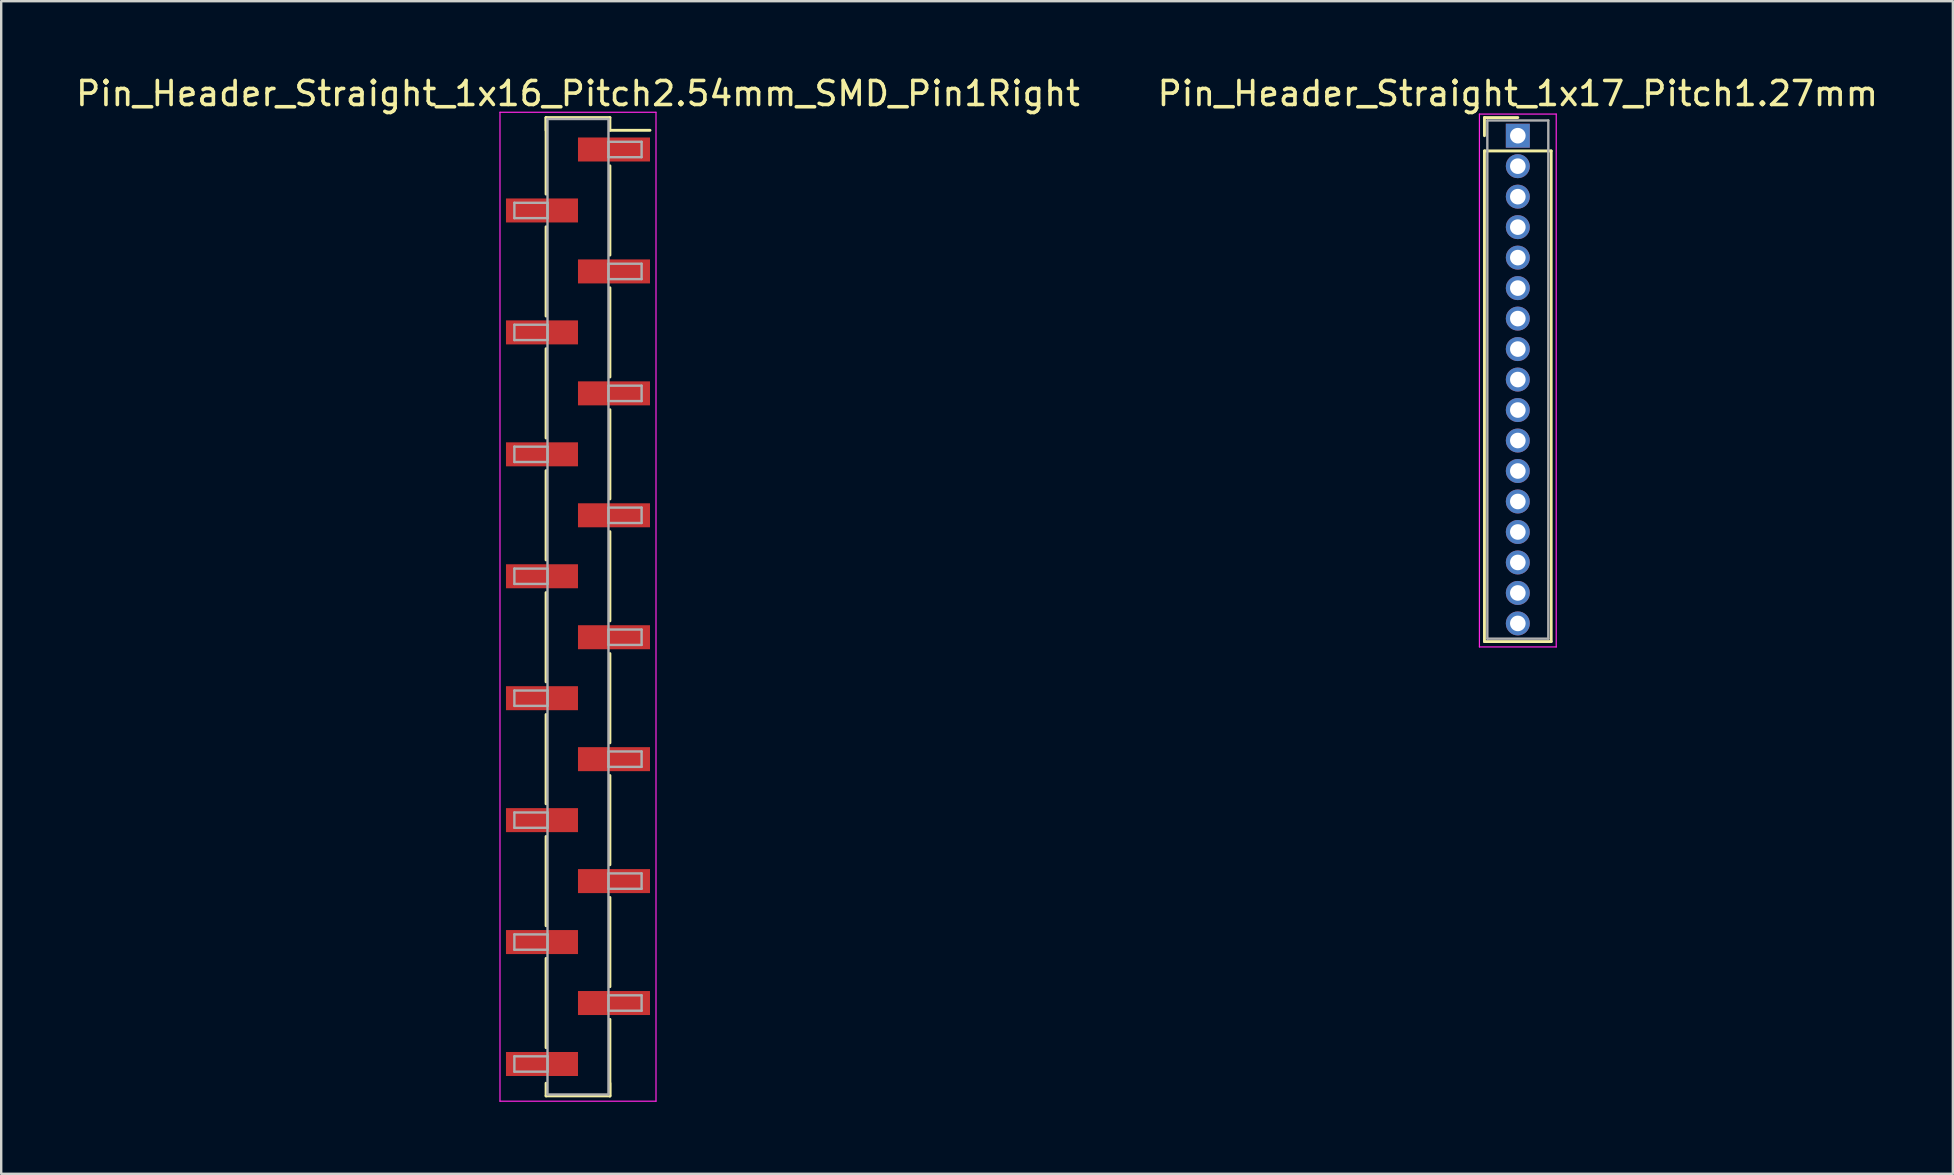
<source format=kicad_pcb>
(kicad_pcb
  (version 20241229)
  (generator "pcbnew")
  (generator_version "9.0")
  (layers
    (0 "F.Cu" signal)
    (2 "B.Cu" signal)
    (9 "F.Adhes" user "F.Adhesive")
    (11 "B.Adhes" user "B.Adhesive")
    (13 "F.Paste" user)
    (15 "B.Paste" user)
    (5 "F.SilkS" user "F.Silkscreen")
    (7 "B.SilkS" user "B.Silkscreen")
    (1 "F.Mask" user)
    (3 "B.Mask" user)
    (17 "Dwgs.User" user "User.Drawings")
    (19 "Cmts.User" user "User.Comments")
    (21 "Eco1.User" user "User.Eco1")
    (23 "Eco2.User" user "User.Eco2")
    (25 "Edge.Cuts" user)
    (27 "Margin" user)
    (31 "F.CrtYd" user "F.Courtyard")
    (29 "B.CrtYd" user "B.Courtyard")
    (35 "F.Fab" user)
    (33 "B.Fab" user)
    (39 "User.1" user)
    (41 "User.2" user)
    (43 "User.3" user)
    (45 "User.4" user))
  (footprint "Pin_Header_Straight_1x16_Pitch2.54mm_SMD_Pin1Right"
    (layer "F.Cu")
    (at 21.03 22.228)
    (property "Reference" "Pin_Header_Straight_1x16_Pitch2.54mm_SMD_Pin1Right" (at 0 -21.38 0) (layer "F.SilkS") (effects (font (size 1 1) (thickness 0.15))))
    (attr smd)
    (fp_line (start -1.33 -20.38) (end -1.33 -17.19) (stroke (width 0.12) (type solid)) (layer "F.SilkS"))
    (fp_line (start -1.33 -20.38) (end 1.33 -20.38) (stroke (width 0.12) (type solid)) (layer "F.SilkS"))
    (fp_line (start -1.33 -19.85) (end -1.33 -20.38) (stroke (width 0.12) (type solid)) (layer "F.SilkS"))
    (fp_line (start -1.33 -15.83) (end -1.33 -12.11) (stroke (width 0.12) (type solid)) (layer "F.SilkS"))
    (fp_line (start -1.33 -10.75) (end -1.33 -7.03) (stroke (width 0.12) (type solid)) (layer "F.SilkS"))
    (fp_line (start -1.33 -5.67) (end -1.33 -1.95) (stroke (width 0.12) (type solid)) (layer "F.SilkS"))
    (fp_line (start -1.33 -0.59) (end -1.33 3.13) (stroke (width 0.12) (type solid)) (layer "F.SilkS"))
    (fp_line (start -1.33 4.49) (end -1.33 8.21) (stroke (width 0.12) (type solid)) (layer "F.SilkS"))
    (fp_line (start -1.33 9.57) (end -1.33 13.29) (stroke (width 0.12) (type solid)) (layer "F.SilkS"))
    (fp_line (start -1.33 14.65) (end -1.33 18.37) (stroke (width 0.12) (type solid)) (layer "F.SilkS"))
    (fp_line (start -1.33 19.85) (end -1.33 20.38) (stroke (width 0.12) (type solid)) (layer "F.SilkS"))
    (fp_line (start -1.33 20.38) (end 1.33 20.38) (stroke (width 0.12) (type solid)) (layer "F.SilkS"))
    (fp_line (start 1.33 -20.38) (end 1.33 -19.85) (stroke (width 0.12) (type solid)) (layer "F.SilkS"))
    (fp_line (start 1.33 -19.85) (end 3 -19.85) (stroke (width 0.12) (type solid)) (layer "F.SilkS"))
    (fp_line (start 1.33 -18.37) (end 1.33 -14.65) (stroke (width 0.12) (type solid)) (layer "F.SilkS"))
    (fp_line (start 1.33 -13.29) (end 1.33 -9.57) (stroke (width 0.12) (type solid)) (layer "F.SilkS"))
    (fp_line (start 1.33 -8.21) (end 1.33 -4.49) (stroke (width 0.12) (type solid)) (layer "F.SilkS"))
    (fp_line (start 1.33 -3.13) (end 1.33 0.59) (stroke (width 0.12) (type solid)) (layer "F.SilkS"))
    (fp_line (start 1.33 1.95) (end 1.33 5.67) (stroke (width 0.12) (type solid)) (layer "F.SilkS"))
    (fp_line (start 1.33 7.03) (end 1.33 10.75) (stroke (width 0.12) (type solid)) (layer "F.SilkS"))
    (fp_line (start 1.33 12.11) (end 1.33 15.83) (stroke (width 0.12) (type solid)) (layer "F.SilkS"))
    (fp_line (start 1.33 17.19) (end 1.33 20.38) (stroke (width 0.12) (type solid)) (layer "F.SilkS"))
    (fp_line (start 1.33 20.38) (end 1.33 19.85) (stroke (width 0.12) (type solid)) (layer "F.SilkS"))
    (fp_line (start -3.25 -20.6) (end -3.25 20.6) (stroke (width 0.05) (type solid)) (layer "F.CrtYd"))
    (fp_line (start -3.25 20.6) (end 3.25 20.6) (stroke (width 0.05) (type solid)) (layer "F.CrtYd"))
    (fp_line (start 3.25 -20.6) (end -3.25 -20.6) (stroke (width 0.05) (type solid)) (layer "F.CrtYd"))
    (fp_line (start 3.25 20.6) (end 3.25 -20.6) (stroke (width 0.05) (type solid)) (layer "F.CrtYd"))
    (fp_line (start -2.65 -16.83) (end -1.27 -16.83) (stroke (width 0.1) (type solid)) (layer "F.Fab"))
    (fp_line (start -2.65 -16.19) (end -2.65 -16.83) (stroke (width 0.1) (type solid)) (layer "F.Fab"))
    (fp_line (start -2.65 -11.75) (end -1.27 -11.75) (stroke (width 0.1) (type solid)) (layer "F.Fab"))
    (fp_line (start -2.65 -11.11) (end -2.65 -11.75) (stroke (width 0.1) (type solid)) (layer "F.Fab"))
    (fp_line (start -2.65 -6.67) (end -1.27 -6.67) (stroke (width 0.1) (type solid)) (layer "F.Fab"))
    (fp_line (start -2.65 -6.03) (end -2.65 -6.67) (stroke (width 0.1) (type solid)) (layer "F.Fab"))
    (fp_line (start -2.65 -1.59) (end -1.27 -1.59) (stroke (width 0.1) (type solid)) (layer "F.Fab"))
    (fp_line (start -2.65 -0.95) (end -2.65 -1.59) (stroke (width 0.1) (type solid)) (layer "F.Fab"))
    (fp_line (start -2.65 3.49) (end -1.27 3.49) (stroke (width 0.1) (type solid)) (layer "F.Fab"))
    (fp_line (start -2.65 4.13) (end -2.65 3.49) (stroke (width 0.1) (type solid)) (layer "F.Fab"))
    (fp_line (start -2.65 8.57) (end -1.27 8.57) (stroke (width 0.1) (type solid)) (layer "F.Fab"))
    (fp_line (start -2.65 9.21) (end -2.65 8.57) (stroke (width 0.1) (type solid)) (layer "F.Fab"))
    (fp_line (start -2.65 13.65) (end -1.27 13.65) (stroke (width 0.1) (type solid)) (layer "F.Fab"))
    (fp_line (start -2.65 14.29) (end -2.65 13.65) (stroke (width 0.1) (type solid)) (layer "F.Fab"))
    (fp_line (start -2.65 18.73) (end -1.27 18.73) (stroke (width 0.1) (type solid)) (layer "F.Fab"))
    (fp_line (start -2.65 19.37) (end -2.65 18.73) (stroke (width 0.1) (type solid)) (layer "F.Fab"))
    (fp_line (start -1.27 -20.32) (end -1.27 20.32) (stroke (width 0.1) (type solid)) (layer "F.Fab"))
    (fp_line (start -1.27 -16.83) (end -1.27 -16.19) (stroke (width 0.1) (type solid)) (layer "F.Fab"))
    (fp_line (start -1.27 -16.19) (end -2.65 -16.19) (stroke (width 0.1) (type solid)) (layer "F.Fab"))
    (fp_line (start -1.27 -11.75) (end -1.27 -11.11) (stroke (width 0.1) (type solid)) (layer "F.Fab"))
    (fp_line (start -1.27 -11.11) (end -2.65 -11.11) (stroke (width 0.1) (type solid)) (layer "F.Fab"))
    (fp_line (start -1.27 -6.67) (end -1.27 -6.03) (stroke (width 0.1) (type solid)) (layer "F.Fab"))
    (fp_line (start -1.27 -6.03) (end -2.65 -6.03) (stroke (width 0.1) (type solid)) (layer "F.Fab"))
    (fp_line (start -1.27 -1.59) (end -1.27 -0.95) (stroke (width 0.1) (type solid)) (layer "F.Fab"))
    (fp_line (start -1.27 -0.95) (end -2.65 -0.95) (stroke (width 0.1) (type solid)) (layer "F.Fab"))
    (fp_line (start -1.27 3.49) (end -1.27 4.13) (stroke (width 0.1) (type solid)) (layer "F.Fab"))
    (fp_line (start -1.27 4.13) (end -2.65 4.13) (stroke (width 0.1) (type solid)) (layer "F.Fab"))
    (fp_line (start -1.27 8.57) (end -1.27 9.21) (stroke (width 0.1) (type solid)) (layer "F.Fab"))
    (fp_line (start -1.27 9.21) (end -2.65 9.21) (stroke (width 0.1) (type solid)) (layer "F.Fab"))
    (fp_line (start -1.27 13.65) (end -1.27 14.29) (stroke (width 0.1) (type solid)) (layer "F.Fab"))
    (fp_line (start -1.27 14.29) (end -2.65 14.29) (stroke (width 0.1) (type solid)) (layer "F.Fab"))
    (fp_line (start -1.27 18.73) (end -1.27 19.37) (stroke (width 0.1) (type solid)) (layer "F.Fab"))
    (fp_line (start -1.27 19.37) (end -2.65 19.37) (stroke (width 0.1) (type solid)) (layer "F.Fab"))
    (fp_line (start -1.27 20.32) (end 1.27 20.32) (stroke (width 0.1) (type solid)) (layer "F.Fab"))
    (fp_line (start 1.27 -20.32) (end -1.27 -20.32) (stroke (width 0.1) (type solid)) (layer "F.Fab"))
    (fp_line (start 1.27 -19.37) (end 1.27 -18.73) (stroke (width 0.1) (type solid)) (layer "F.Fab"))
    (fp_line (start 1.27 -18.73) (end 2.65 -18.73) (stroke (width 0.1) (type solid)) (layer "F.Fab"))
    (fp_line (start 1.27 -14.29) (end 1.27 -13.65) (stroke (width 0.1) (type solid)) (layer "F.Fab"))
    (fp_line (start 1.27 -13.65) (end 2.65 -13.65) (stroke (width 0.1) (type solid)) (layer "F.Fab"))
    (fp_line (start 1.27 -9.21) (end 1.27 -8.57) (stroke (width 0.1) (type solid)) (layer "F.Fab"))
    (fp_line (start 1.27 -8.57) (end 2.65 -8.57) (stroke (width 0.1) (type solid)) (layer "F.Fab"))
    (fp_line (start 1.27 -4.13) (end 1.27 -3.49) (stroke (width 0.1) (type solid)) (layer "F.Fab"))
    (fp_line (start 1.27 -3.49) (end 2.65 -3.49) (stroke (width 0.1) (type solid)) (layer "F.Fab"))
    (fp_line (start 1.27 0.95) (end 1.27 1.59) (stroke (width 0.1) (type solid)) (layer "F.Fab"))
    (fp_line (start 1.27 1.59) (end 2.65 1.59) (stroke (width 0.1) (type solid)) (layer "F.Fab"))
    (fp_line (start 1.27 6.03) (end 1.27 6.67) (stroke (width 0.1) (type solid)) (layer "F.Fab"))
    (fp_line (start 1.27 6.67) (end 2.65 6.67) (stroke (width 0.1) (type solid)) (layer "F.Fab"))
    (fp_line (start 1.27 11.11) (end 1.27 11.75) (stroke (width 0.1) (type solid)) (layer "F.Fab"))
    (fp_line (start 1.27 11.75) (end 2.65 11.75) (stroke (width 0.1) (type solid)) (layer "F.Fab"))
    (fp_line (start 1.27 16.19) (end 1.27 16.83) (stroke (width 0.1) (type solid)) (layer "F.Fab"))
    (fp_line (start 1.27 16.83) (end 2.65 16.83) (stroke (width 0.1) (type solid)) (layer "F.Fab"))
    (fp_line (start 1.27 20.32) (end 1.27 -20.32) (stroke (width 0.1) (type solid)) (layer "F.Fab"))
    (fp_line (start 2.65 -19.37) (end 1.27 -19.37) (stroke (width 0.1) (type solid)) (layer "F.Fab"))
    (fp_line (start 2.65 -18.73) (end 2.65 -19.37) (stroke (width 0.1) (type solid)) (layer "F.Fab"))
    (fp_line (start 2.65 -14.29) (end 1.27 -14.29) (stroke (width 0.1) (type solid)) (layer "F.Fab"))
    (fp_line (start 2.65 -13.65) (end 2.65 -14.29) (stroke (width 0.1) (type solid)) (layer "F.Fab"))
    (fp_line (start 2.65 -9.21) (end 1.27 -9.21) (stroke (width 0.1) (type solid)) (layer "F.Fab"))
    (fp_line (start 2.65 -8.57) (end 2.65 -9.21) (stroke (width 0.1) (type solid)) (layer "F.Fab"))
    (fp_line (start 2.65 -4.13) (end 1.27 -4.13) (stroke (width 0.1) (type solid)) (layer "F.Fab"))
    (fp_line (start 2.65 -3.49) (end 2.65 -4.13) (stroke (width 0.1) (type solid)) (layer "F.Fab"))
    (fp_line (start 2.65 0.95) (end 1.27 0.95) (stroke (width 0.1) (type solid)) (layer "F.Fab"))
    (fp_line (start 2.65 1.59) (end 2.65 0.95) (stroke (width 0.1) (type solid)) (layer "F.Fab"))
    (fp_line (start 2.65 6.03) (end 1.27 6.03) (stroke (width 0.1) (type solid)) (layer "F.Fab"))
    (fp_line (start 2.65 6.67) (end 2.65 6.03) (stroke (width 0.1) (type solid)) (layer "F.Fab"))
    (fp_line (start 2.65 11.11) (end 1.27 11.11) (stroke (width 0.1) (type solid)) (layer "F.Fab"))
    (fp_line (start 2.65 11.75) (end 2.65 11.11) (stroke (width 0.1) (type solid)) (layer "F.Fab"))
    (fp_line (start 2.65 16.19) (end 1.27 16.19) (stroke (width 0.1) (type solid)) (layer "F.Fab"))
    (fp_line (start 2.65 16.83) (end 2.65 16.19) (stroke (width 0.1) (type solid)) (layer "F.Fab"))
    (pad "1" smd rect (at 1.5 -19.05) (size 3 1) (layers "F.Cu" "F.Mask"))
    (pad "2" smd rect (at -1.5 -16.51) (size 3 1) (layers "F.Cu" "F.Mask"))
    (pad "3" smd rect (at 1.5 -13.97) (size 3 1) (layers "F.Cu" "F.Mask"))
    (pad "4" smd rect (at -1.5 -11.43) (size 3 1) (layers "F.Cu" "F.Mask"))
    (pad "5" smd rect (at 1.5 -8.89) (size 3 1) (layers "F.Cu" "F.Mask"))
    (pad "6" smd rect (at -1.5 -6.35) (size 3 1) (layers "F.Cu" "F.Mask"))
    (pad "7" smd rect (at 1.5 -3.81) (size 3 1) (layers "F.Cu" "F.Mask"))
    (pad "8" smd rect (at -1.5 -1.27) (size 3 1) (layers "F.Cu" "F.Mask"))
    (pad "9" smd rect (at 1.5 1.27) (size 3 1) (layers "F.Cu" "F.Mask"))
    (pad "10" smd rect (at -1.5 3.81) (size 3 1) (layers "F.Cu" "F.Mask"))
    (pad "11" smd rect (at 1.5 6.35) (size 3 1) (layers "F.Cu" "F.Mask"))
    (pad "12" smd rect (at -1.5 8.89) (size 3 1) (layers "F.Cu" "F.Mask"))
    (pad "13" smd rect (at 1.5 11.43) (size 3 1) (layers "F.Cu" "F.Mask"))
    (pad "14" smd rect (at -1.5 13.97) (size 3 1) (layers "F.Cu" "F.Mask"))
    (pad "15" smd rect (at 1.5 16.51) (size 3 1) (layers "F.Cu" "F.Mask"))
    (pad "16" smd rect (at -1.5 19.05) (size 3 1) (layers "F.Cu" "F.Mask")))
  (footprint "Pin_Header_Straight_1x17_Pitch1.27mm"
    (layer "F.Cu")
    (at 60.185 2.603)
    (property "Reference" "Pin_Header_Straight_1x17_Pitch1.27mm" (at 0 -1.755 0) (layer "F.SilkS") (effects (font (size 1 1) (thickness 0.15))))
    (attr through_hole)
    (fp_line (start -1.39 -0.755) (end 0 -0.755) (stroke (width 0.12) (type solid)) (layer "F.SilkS"))
    (fp_line (start -1.39 0) (end -1.39 -0.755) (stroke (width 0.12) (type solid)) (layer "F.SilkS"))
    (fp_line (start -1.39 0.635) (end -1.39 21.075) (stroke (width 0.12) (type solid)) (layer "F.SilkS"))
    (fp_line (start -1.39 21.075) (end 1.39 21.075) (stroke (width 0.12) (type solid)) (layer "F.SilkS"))
    (fp_line (start 1.39 0.635) (end -1.39 0.635) (stroke (width 0.12) (type solid)) (layer "F.SilkS"))
    (fp_line (start 1.39 21.075) (end 1.39 0.635) (stroke (width 0.12) (type solid)) (layer "F.SilkS"))
    (fp_line (start -1.6 -0.9) (end -1.6 21.3) (stroke (width 0.05) (type solid)) (layer "F.CrtYd"))
    (fp_line (start -1.6 21.3) (end 1.6 21.3) (stroke (width 0.05) (type solid)) (layer "F.CrtYd"))
    (fp_line (start 1.6 -0.9) (end -1.6 -0.9) (stroke (width 0.05) (type solid)) (layer "F.CrtYd"))
    (fp_line (start 1.6 21.3) (end 1.6 -0.9) (stroke (width 0.05) (type solid)) (layer "F.CrtYd"))
    (fp_line (start -1.27 -0.635) (end -1.27 20.955) (stroke (width 0.1) (type solid)) (layer "F.Fab"))
    (fp_line (start -1.27 20.955) (end 1.27 20.955) (stroke (width 0.1) (type solid)) (layer "F.Fab"))
    (fp_line (start 1.27 -0.635) (end -1.27 -0.635) (stroke (width 0.1) (type solid)) (layer "F.Fab"))
    (fp_line (start 1.27 20.955) (end 1.27 -0.635) (stroke (width 0.1) (type solid)) (layer "F.Fab"))
    (pad "1" thru_hole rect (at 0 0) (size 1 1) (drill 0.65) (layers "*.Cu" "*.Mask"))
    (pad "2" thru_hole oval (at 0 1.27) (size 1 1) (drill 0.65) (layers "*.Cu" "*.Mask"))
    (pad "3" thru_hole oval (at 0 2.54) (size 1 1) (drill 0.65) (layers "*.Cu" "*.Mask"))
    (pad "4" thru_hole oval (at 0 3.81) (size 1 1) (drill 0.65) (layers "*.Cu" "*.Mask"))
    (pad "5" thru_hole oval (at 0 5.08) (size 1 1) (drill 0.65) (layers "*.Cu" "*.Mask"))
    (pad "6" thru_hole oval (at 0 6.35) (size 1 1) (drill 0.65) (layers "*.Cu" "*.Mask"))
    (pad "7" thru_hole oval (at 0 7.62) (size 1 1) (drill 0.65) (layers "*.Cu" "*.Mask"))
    (pad "8" thru_hole oval (at 0 8.89) (size 1 1) (drill 0.65) (layers "*.Cu" "*.Mask"))
    (pad "9" thru_hole oval (at 0 10.16) (size 1 1) (drill 0.65) (layers "*.Cu" "*.Mask"))
    (pad "10" thru_hole oval (at 0 11.43) (size 1 1) (drill 0.65) (layers "*.Cu" "*.Mask"))
    (pad "11" thru_hole oval (at 0 12.7) (size 1 1) (drill 0.65) (layers "*.Cu" "*.Mask"))
    (pad "12" thru_hole oval (at 0 13.97) (size 1 1) (drill 0.65) (layers "*.Cu" "*.Mask"))
    (pad "13" thru_hole oval (at 0 15.24) (size 1 1) (drill 0.65) (layers "*.Cu" "*.Mask"))
    (pad "14" thru_hole oval (at 0 16.51) (size 1 1) (drill 0.65) (layers "*.Cu" "*.Mask"))
    (pad "15" thru_hole oval (at 0 17.78) (size 1 1) (drill 0.65) (layers "*.Cu" "*.Mask"))
    (pad "16" thru_hole oval (at 0 19.05) (size 1 1) (drill 0.65) (layers "*.Cu" "*.Mask"))
    (pad "17" thru_hole oval (at 0 20.32) (size 1 1) (drill 0.65) (layers "*.Cu" "*.Mask")))
  (gr_rect
    (start -3 -3)
    (end 78.31 45.853)
    (stroke (width 0.1) (type default))
    (fill no)
    (layer "Edge.Cuts")))
</source>
